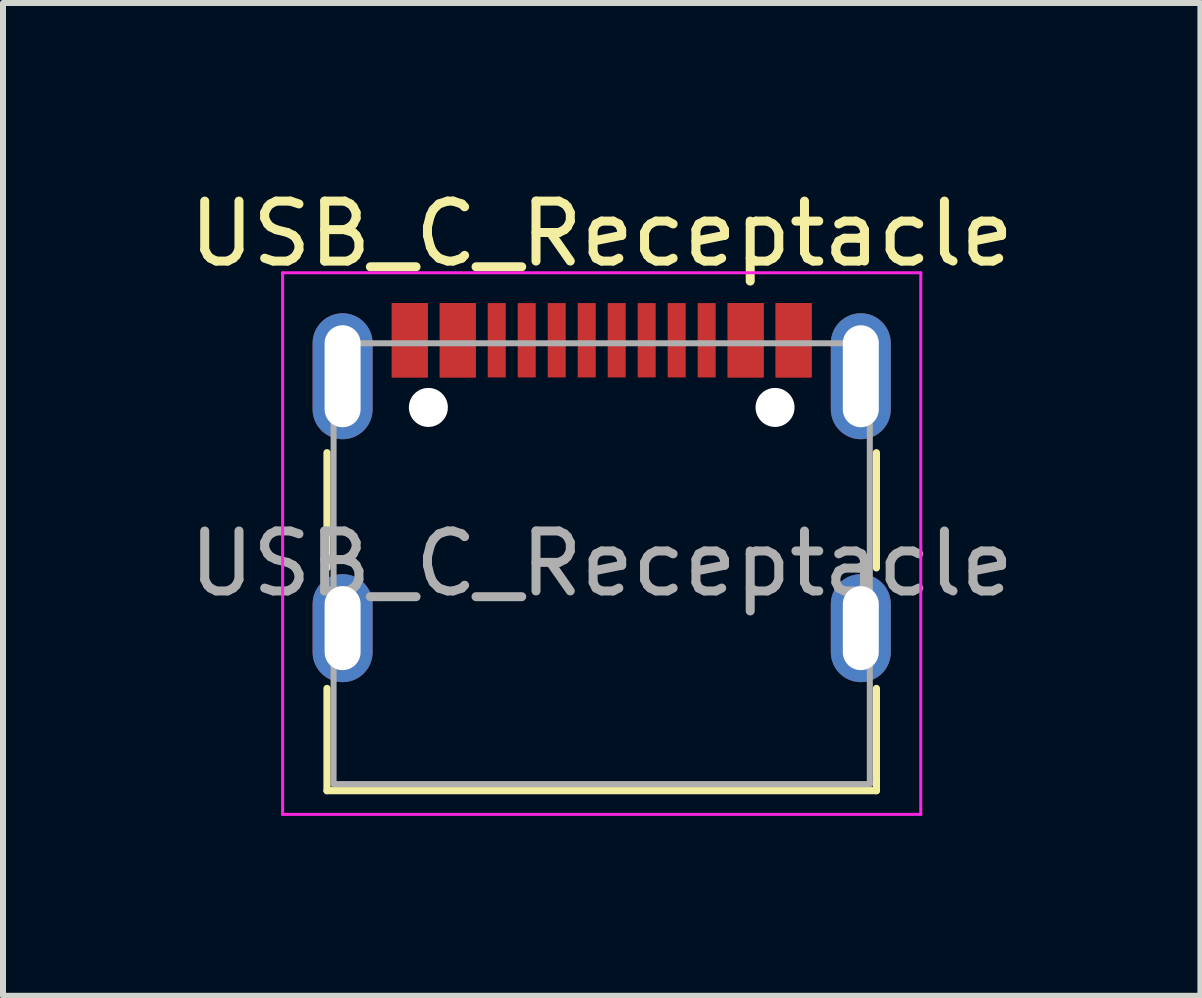
<source format=kicad_pcb>
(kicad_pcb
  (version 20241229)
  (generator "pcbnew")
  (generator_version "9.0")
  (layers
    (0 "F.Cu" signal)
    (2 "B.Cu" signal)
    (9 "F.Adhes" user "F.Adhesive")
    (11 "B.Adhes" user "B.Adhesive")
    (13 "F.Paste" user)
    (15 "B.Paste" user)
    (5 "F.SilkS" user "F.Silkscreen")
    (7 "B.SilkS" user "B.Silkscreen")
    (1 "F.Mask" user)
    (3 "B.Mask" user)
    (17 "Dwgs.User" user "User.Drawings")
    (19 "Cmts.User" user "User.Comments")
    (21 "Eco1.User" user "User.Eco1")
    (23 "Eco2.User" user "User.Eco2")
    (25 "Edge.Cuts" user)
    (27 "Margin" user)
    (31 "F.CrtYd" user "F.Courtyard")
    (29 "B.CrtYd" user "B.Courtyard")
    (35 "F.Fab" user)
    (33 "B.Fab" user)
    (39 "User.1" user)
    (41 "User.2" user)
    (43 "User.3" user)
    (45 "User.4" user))
  (footprint "USB_C_Receptacle"
    (layer "F.Cu")
    (at 6.982 6.348)
    (property "Reference" "USB_C_Receptacle" (at 0 -5.5 0) (layer "F.SilkS") (effects (font (size 1 1) (thickness 0.15))))
    (attr through_hole)
    (fp_line (start -4.58 -1.85) (end -4.58 0.07) (stroke (width 0.12) (type solid)) (layer "F.SilkS"))
    (fp_line (start -4.58 3.785) (end -4.58 2.08) (stroke (width 0.12) (type solid)) (layer "F.SilkS"))
    (fp_line (start 4.58 0.07) (end 4.58 -1.85) (stroke (width 0.12) (type solid)) (layer "F.SilkS"))
    (fp_line (start 4.58 2.08) (end 4.58 3.785) (stroke (width 0.12) (type solid)) (layer "F.SilkS"))
    (fp_line (start 4.58 3.785) (end -4.58 3.785) (stroke (width 0.12) (type solid)) (layer "F.SilkS"))
    (fp_line (start -5.32 -4.85) (end 5.32 -4.85) (stroke (width 0.05) (type solid)) (layer "F.CrtYd"))
    (fp_line (start -5.32 4.18) (end -5.32 -4.85) (stroke (width 0.05) (type solid)) (layer "F.CrtYd"))
    (fp_line (start 5.32 -4.85) (end 5.32 4.18) (stroke (width 0.05) (type solid)) (layer "F.CrtYd"))
    (fp_line (start 5.32 4.18) (end -5.32 4.18) (stroke (width 0.05) (type solid)) (layer "F.CrtYd"))
    (fp_line (start -4.47 -3.675) (end -4.47 3.675) (stroke (width 0.1) (type solid)) (layer "F.Fab"))
    (fp_line (start -4.47 -3.675) (end 4.47 -3.675) (stroke (width 0.1) (type solid)) (layer "F.Fab"))
    (fp_line (start -4.47 3.675) (end 4.47 3.675) (stroke (width 0.1) (type solid)) (layer "F.Fab"))
    (fp_line (start 4.47 3.675) (end 4.47 -3.675) (stroke (width 0.1) (type solid)) (layer "F.Fab"))
    (fp_text user "${REFERENCE}" (at 0 0 0) (layer "F.Fab") (effects (font (size 1 1) (thickness 0.15))))
    (pad "" np_thru_hole circle (at -2.89 -2.605) (size 0.65 0.65) (drill 0.65) (layers "*.Cu" "*.Mask"))
    (pad "" np_thru_hole circle (at 2.89 -2.605) (size 0.65 0.65) (drill 0.65) (layers "*.Cu" "*.Mask"))
    (pad "A1" smd rect (at -3.2 -3.725) (size 0.6 1.24) (layers "F.Cu" "F.Mask" "F.Paste"))
    (pad "A4" smd rect (at -2.4 -3.725) (size 0.6 1.24) (layers "F.Cu" "F.Mask" "F.Paste"))
    (pad "A5" smd rect (at -1.25 -3.725) (size 0.3 1.24) (layers "F.Cu" "F.Mask" "F.Paste"))
    (pad "A6" smd rect (at -0.25 -3.725) (size 0.3 1.24) (layers "F.Cu" "F.Mask" "F.Paste"))
    (pad "A7" smd rect (at 0.25 -3.725) (size 0.3 1.24) (layers "F.Cu" "F.Mask" "F.Paste"))
    (pad "A8" smd rect (at 1.25 -3.725) (size 0.3 1.24) (layers "F.Cu" "F.Mask" "F.Paste"))
    (pad "A9" smd rect (at 2.4 -3.725) (size 0.6 1.24) (layers "F.Cu" "F.Mask" "F.Paste"))
    (pad "A12" smd rect (at 3.2 -3.725) (size 0.6 1.24) (layers "F.Cu" "F.Mask" "F.Paste"))
    (pad "B1" smd rect (at 3.2 -3.725) (size 0.6 1.24) (layers "F.Cu" "F.Mask" "F.Paste"))
    (pad "B4" smd rect (at 2.4 -3.725) (size 0.6 1.24) (layers "F.Cu" "F.Mask" "F.Paste"))
    (pad "B5" smd rect (at 1.75 -3.725) (size 0.3 1.24) (layers "F.Cu" "F.Mask" "F.Paste"))
    (pad "B6" smd rect (at 0.75 -3.725) (size 0.3 1.24) (layers "F.Cu" "F.Mask" "F.Paste"))
    (pad "B7" smd rect (at -0.75 -3.725) (size 0.3 1.24) (layers "F.Cu" "F.Mask" "F.Paste"))
    (pad "B8" smd rect (at -1.75 -3.725) (size 0.3 1.24) (layers "F.Cu" "F.Mask" "F.Paste"))
    (pad "B9" smd rect (at -2.4 -3.725) (size 0.6 1.24) (layers "F.Cu" "F.Mask" "F.Paste"))
    (pad "B12" smd rect (at -3.2 -3.725) (size 0.6 1.24) (layers "F.Cu" "F.Mask" "F.Paste"))
    (pad "S1" thru_hole oval (at -4.32 -3.125) (size 1 2.1) (drill oval 0.6 1.7) (layers "*.Cu" "*.Mask"))
    (pad "S1" thru_hole oval (at -4.32 1.075) (size 1 1.8) (drill oval 0.6 1.4) (layers "*.Cu" "*.Mask"))
    (pad "S1" thru_hole oval (at 4.32 -3.125) (size 1 2.1) (drill oval 0.6 1.7) (layers "*.Cu" "*.Mask"))
    (pad "S1" thru_hole oval (at 4.32 1.075) (size 1 1.8) (drill oval 0.6 1.4) (layers "*.Cu" "*.Mask")))
  (gr_rect
    (start -3 -3)
    (end 16.964 13.553)
    (stroke (width 0.1) (type default))
    (fill no)
    (layer "Edge.Cuts")))
</source>
